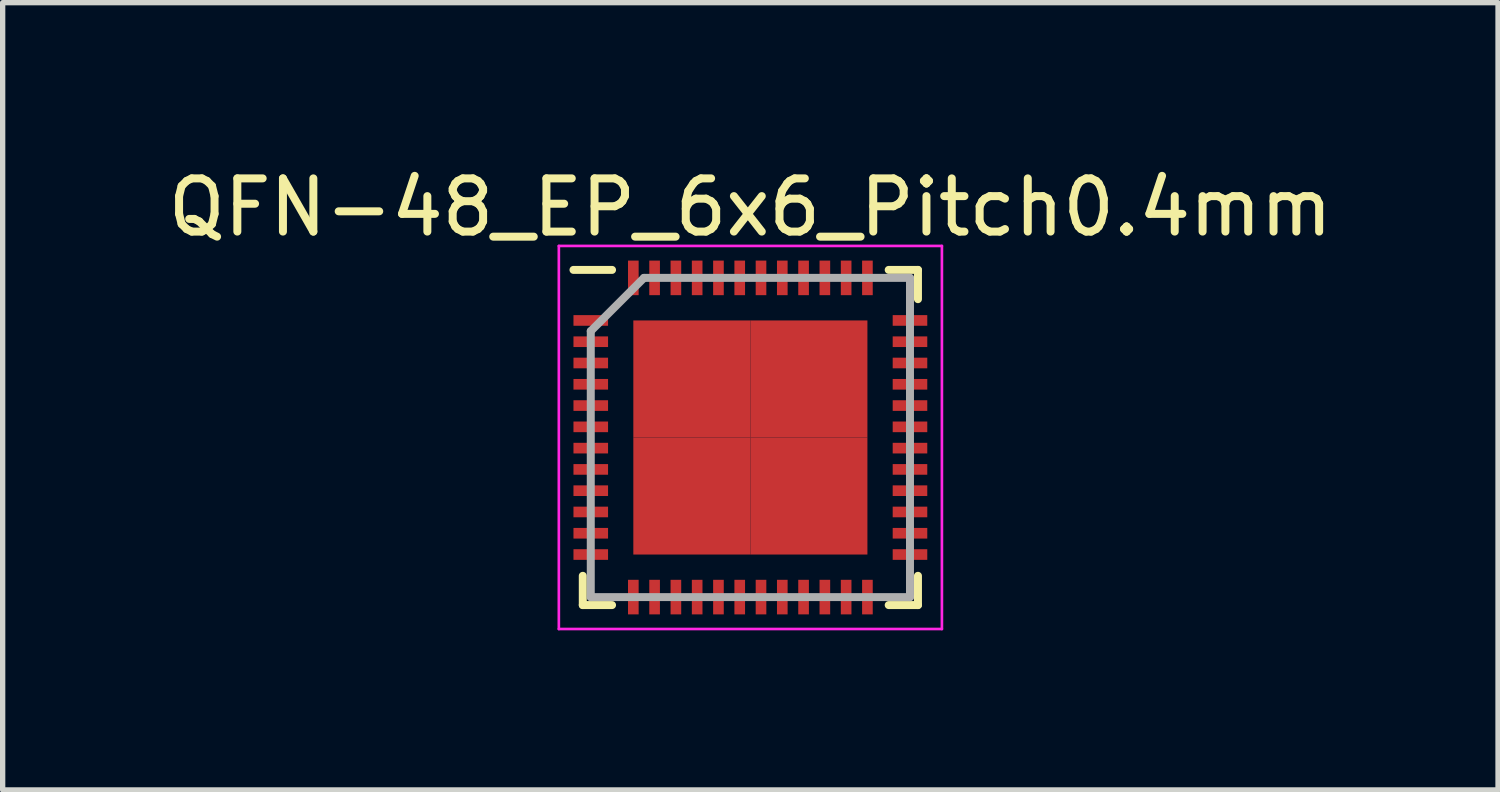
<source format=kicad_pcb>
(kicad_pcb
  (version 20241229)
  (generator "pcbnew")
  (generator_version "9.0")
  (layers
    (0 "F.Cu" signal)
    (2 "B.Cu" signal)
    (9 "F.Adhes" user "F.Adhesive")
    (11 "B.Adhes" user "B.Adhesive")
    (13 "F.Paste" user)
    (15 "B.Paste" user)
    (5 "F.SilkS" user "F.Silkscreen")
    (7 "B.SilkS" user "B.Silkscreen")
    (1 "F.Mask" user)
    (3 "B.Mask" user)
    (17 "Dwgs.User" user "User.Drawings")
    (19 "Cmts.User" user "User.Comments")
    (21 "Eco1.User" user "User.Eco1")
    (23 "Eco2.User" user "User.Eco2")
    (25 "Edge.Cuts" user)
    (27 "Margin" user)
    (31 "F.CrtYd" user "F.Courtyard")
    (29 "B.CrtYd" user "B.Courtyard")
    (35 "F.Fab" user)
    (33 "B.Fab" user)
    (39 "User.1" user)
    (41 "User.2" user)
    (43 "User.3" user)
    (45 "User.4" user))
  (footprint "QFN-48_EP_6x6_Pitch0.4mm"
    (layer "F.Cu")
    (at 11.054 5.173)
    (property "Reference" "QFN-48_EP_6x6_Pitch0.4mm" (at 0 -4.325 0) (layer "F.SilkS") (effects (font (size 1 1) (thickness 0.15))))
    (attr smd)
    (fp_line (start -3.15 3.15) (end -3.15 2.6) (stroke (width 0.15) (type solid)) (layer "F.SilkS"))
    (fp_line (start -2.6 -3.15) (end -3.325 -3.15) (stroke (width 0.15) (type solid)) (layer "F.SilkS"))
    (fp_line (start -2.6 3.15) (end -3.15 3.15) (stroke (width 0.15) (type solid)) (layer "F.SilkS"))
    (fp_line (start 2.6 -3.15) (end 3.15 -3.15) (stroke (width 0.15) (type solid)) (layer "F.SilkS"))
    (fp_line (start 2.6 3.15) (end 3.15 3.15) (stroke (width 0.15) (type solid)) (layer "F.SilkS"))
    (fp_line (start 3.15 -3.15) (end 3.15 -2.6) (stroke (width 0.15) (type solid)) (layer "F.SilkS"))
    (fp_line (start 3.15 3.15) (end 3.15 2.6) (stroke (width 0.15) (type solid)) (layer "F.SilkS"))
    (fp_line (start -3.6 -3.6) (end 3.6 -3.6) (stroke (width 0.05) (type solid)) (layer "F.CrtYd"))
    (fp_line (start -3.6 3.6) (end -3.6 -3.6) (stroke (width 0.05) (type solid)) (layer "F.CrtYd"))
    (fp_line (start 3.6 -3.6) (end 3.6 3.6) (stroke (width 0.05) (type solid)) (layer "F.CrtYd"))
    (fp_line (start 3.6 3.6) (end -3.6 3.6) (stroke (width 0.05) (type solid)) (layer "F.CrtYd"))
    (fp_line (start -3 -2) (end -3 3) (stroke (width 0.15) (type solid)) (layer "F.Fab"))
    (fp_line (start -3 3) (end 3 3) (stroke (width 0.15) (type solid)) (layer "F.Fab"))
    (fp_line (start -2 -3) (end -3 -2) (stroke (width 0.15) (type solid)) (layer "F.Fab"))
    (fp_line (start 3 -3) (end -2 -3) (stroke (width 0.15) (type solid)) (layer "F.Fab"))
    (fp_line (start 3 3) (end 3 -3) (stroke (width 0.15) (type solid)) (layer "F.Fab"))
    (pad "1" smd rect (at -3 -2.2 90) (size 0.2 0.65) (layers "F.Cu" "F.Mask" "F.Paste"))
    (pad "2" smd rect (at -3 -1.8 90) (size 0.2 0.65) (layers "F.Cu" "F.Mask" "F.Paste"))
    (pad "3" smd rect (at -3 -1.4 90) (size 0.2 0.65) (layers "F.Cu" "F.Mask" "F.Paste"))
    (pad "4" smd rect (at -3 -1 90) (size 0.2 0.65) (layers "F.Cu" "F.Mask" "F.Paste"))
    (pad "5" smd rect (at -3 -0.6 90) (size 0.2 0.65) (layers "F.Cu" "F.Mask" "F.Paste"))
    (pad "6" smd rect (at -3 -0.2 90) (size 0.2 0.65) (layers "F.Cu" "F.Mask" "F.Paste"))
    (pad "7" smd rect (at -3 0.2 90) (size 0.2 0.65) (layers "F.Cu" "F.Mask" "F.Paste"))
    (pad "8" smd rect (at -3 0.6 90) (size 0.2 0.65) (layers "F.Cu" "F.Mask" "F.Paste"))
    (pad "9" smd rect (at -3 1 90) (size 0.2 0.65) (layers "F.Cu" "F.Mask" "F.Paste"))
    (pad "10" smd rect (at -3 1.4 90) (size 0.2 0.65) (layers "F.Cu" "F.Mask" "F.Paste"))
    (pad "11" smd rect (at -3 1.8 90) (size 0.2 0.65) (layers "F.Cu" "F.Mask" "F.Paste"))
    (pad "12" smd rect (at -3 2.2 90) (size 0.2 0.65) (layers "F.Cu" "F.Mask" "F.Paste"))
    (pad "13" smd rect (at -2.2 3) (size 0.2 0.65) (layers "F.Cu" "F.Mask" "F.Paste"))
    (pad "14" smd rect (at -1.8 3) (size 0.2 0.65) (layers "F.Cu" "F.Mask" "F.Paste"))
    (pad "15" smd rect (at -1.4 3) (size 0.2 0.65) (layers "F.Cu" "F.Mask" "F.Paste"))
    (pad "16" smd rect (at -1 3) (size 0.2 0.65) (layers "F.Cu" "F.Mask" "F.Paste"))
    (pad "17" smd rect (at -0.6 3) (size 0.2 0.65) (layers "F.Cu" "F.Mask" "F.Paste"))
    (pad "18" smd rect (at -0.2 3) (size 0.2 0.65) (layers "F.Cu" "F.Mask" "F.Paste"))
    (pad "19" smd rect (at 0.2 3) (size 0.2 0.65) (layers "F.Cu" "F.Mask" "F.Paste"))
    (pad "20" smd rect (at 0.6 3) (size 0.2 0.65) (layers "F.Cu" "F.Mask" "F.Paste"))
    (pad "21" smd rect (at 1 3) (size 0.2 0.65) (layers "F.Cu" "F.Mask" "F.Paste"))
    (pad "22" smd rect (at 1.4 3) (size 0.2 0.65) (layers "F.Cu" "F.Mask" "F.Paste"))
    (pad "23" smd rect (at 1.8 3) (size 0.2 0.65) (layers "F.Cu" "F.Mask" "F.Paste"))
    (pad "24" smd rect (at 2.2 3) (size 0.2 0.65) (layers "F.Cu" "F.Mask" "F.Paste"))
    (pad "25" smd rect (at 3 2.2 90) (size 0.2 0.65) (layers "F.Cu" "F.Mask" "F.Paste"))
    (pad "26" smd rect (at 3 1.8 90) (size 0.2 0.65) (layers "F.Cu" "F.Mask" "F.Paste"))
    (pad "27" smd rect (at 3 1.4 90) (size 0.2 0.65) (layers "F.Cu" "F.Mask" "F.Paste"))
    (pad "28" smd rect (at 3 1 90) (size 0.2 0.65) (layers "F.Cu" "F.Mask" "F.Paste"))
    (pad "29" smd rect (at 3 0.6 90) (size 0.2 0.65) (layers "F.Cu" "F.Mask" "F.Paste"))
    (pad "30" smd rect (at 3 0.2 90) (size 0.2 0.65) (layers "F.Cu" "F.Mask" "F.Paste"))
    (pad "31" smd rect (at 3 -0.2 90) (size 0.2 0.65) (layers "F.Cu" "F.Mask" "F.Paste"))
    (pad "32" smd rect (at 3 -0.6 90) (size 0.2 0.65) (layers "F.Cu" "F.Mask" "F.Paste"))
    (pad "33" smd rect (at 3 -1 90) (size 0.2 0.65) (layers "F.Cu" "F.Mask" "F.Paste"))
    (pad "34" smd rect (at 3 -1.4 90) (size 0.2 0.65) (layers "F.Cu" "F.Mask" "F.Paste"))
    (pad "35" smd rect (at 3 -1.8 90) (size 0.2 0.65) (layers "F.Cu" "F.Mask" "F.Paste"))
    (pad "36" smd rect (at 3 -2.2 90) (size 0.2 0.65) (layers "F.Cu" "F.Mask" "F.Paste"))
    (pad "37" smd rect (at 2.2 -3) (size 0.2 0.65) (layers "F.Cu" "F.Mask" "F.Paste"))
    (pad "38" smd rect (at 1.8 -3) (size 0.2 0.65) (layers "F.Cu" "F.Mask" "F.Paste"))
    (pad "39" smd rect (at 1.4 -3) (size 0.2 0.65) (layers "F.Cu" "F.Mask" "F.Paste"))
    (pad "40" smd rect (at 1 -3) (size 0.2 0.65) (layers "F.Cu" "F.Mask" "F.Paste"))
    (pad "41" smd rect (at 0.6 -3) (size 0.2 0.65) (layers "F.Cu" "F.Mask" "F.Paste"))
    (pad "42" smd rect (at 0.2 -3) (size 0.2 0.65) (layers "F.Cu" "F.Mask" "F.Paste"))
    (pad "43" smd rect (at -0.2 -3) (size 0.2 0.65) (layers "F.Cu" "F.Mask" "F.Paste"))
    (pad "44" smd rect (at -0.6 -3) (size 0.2 0.65) (layers "F.Cu" "F.Mask" "F.Paste"))
    (pad "45" smd rect (at -1 -3) (size 0.2 0.65) (layers "F.Cu" "F.Mask" "F.Paste"))
    (pad "46" smd rect (at -1.4 -3) (size 0.2 0.65) (layers "F.Cu" "F.Mask" "F.Paste"))
    (pad "47" smd rect (at -1.8 -3) (size 0.2 0.65) (layers "F.Cu" "F.Mask" "F.Paste"))
    (pad "48" smd rect (at -2.2 -3) (size 0.2 0.65) (layers "F.Cu" "F.Mask" "F.Paste"))
    (pad "49" smd rect (at -1.1 -1.1) (size 2.2 2.2) (layers "F.Cu" "F.Mask" "F.Paste"))
    (pad "49" smd rect (at -1.1 1.1) (size 2.2 2.2) (layers "F.Cu" "F.Mask" "F.Paste"))
    (pad "49" smd rect (at 1.1 -1.1) (size 2.2 2.2) (layers "F.Cu" "F.Mask" "F.Paste"))
    (pad "49" smd rect (at 1.1 1.1) (size 2.2 2.2) (layers "F.Cu" "F.Mask" "F.Paste")))
  (gr_rect
    (start -3 -3)
    (end 25.107 11.798)
    (stroke (width 0.1) (type default))
    (fill no)
    (layer "Edge.Cuts")))
</source>
